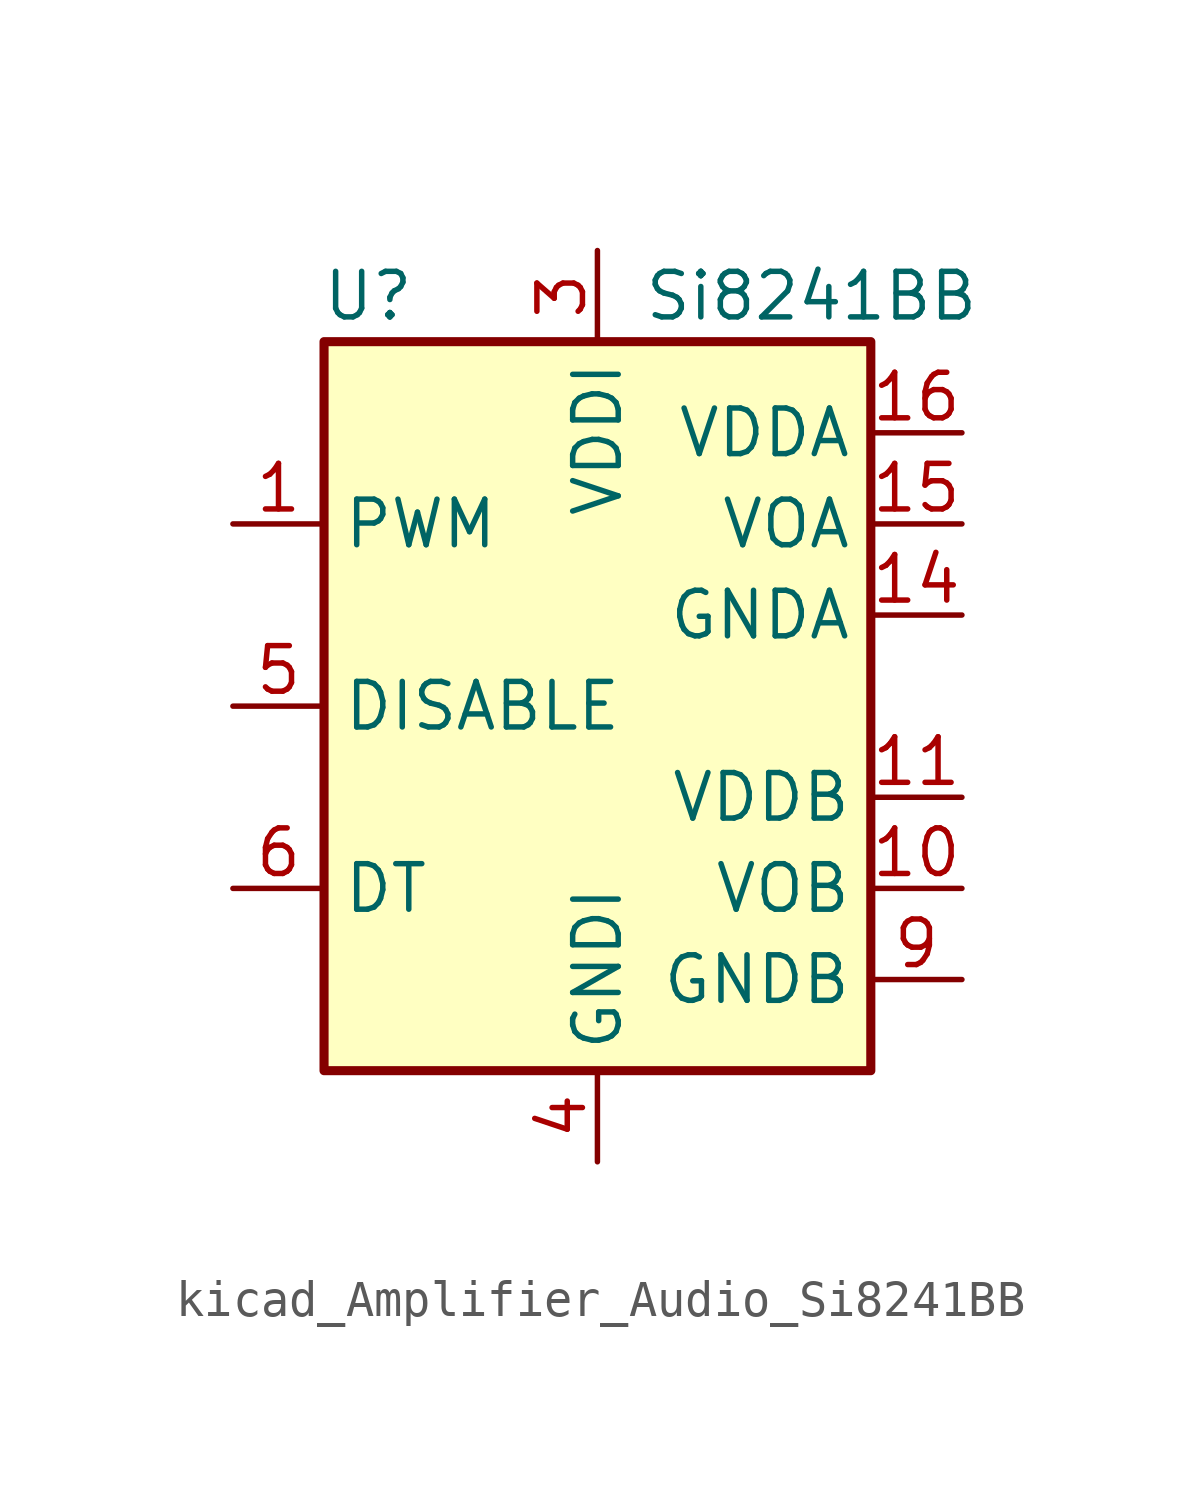
<source format=kicad_sym>
(kicad_symbol_lib
  (version 20220914)
  (generator kicad_symbol_editor)
  (symbol "kicad_Amplifier_Audio_Si8241BB"
    (property "Reference" "U"
      (at -5.08 11.43 0)
      (effects (font (size 1.27 1.27)) (justify right)))
    (property "Value" "Si8241BB"
      (at 1.27 11.43 0)
      (effects (font (size 1.27 1.27)) (justify left)))
    (symbol "kicad_Amplifier_Audio_Si8241BB_0_1"
      (rectangle (start -7.62 10.16) (end 7.62 -10.16) (stroke (width 0.254) (type default)) (fill (type background))))
    (symbol "kicad_Amplifier_Audio_Si8241BB_1_1"
      (pin input line (at -10.16 5.08 0) (length 2.54) (name "PWM" (effects (font (size 1.27 1.27)))) (number "1" (effects (font (size 1.27 1.27)))))
      (pin output line (at 10.16 -5.08 180) (length 2.54) (name "VOB" (effects (font (size 1.27 1.27)))) (number "10" (effects (font (size 1.27 1.27)))))
      (pin power_in line (at 10.16 -2.54 180) (length 2.54) (name "VDDB" (effects (font (size 1.27 1.27)))) (number "11" (effects (font (size 1.27 1.27)))))
      (pin no_connect line (at -7.62 -2.54 0) (length 2.54) hide (name "NC" (effects (font (size 1.27 1.27)))) (number "12" (effects (font (size 1.27 1.27)))))
      (pin no_connect line (at -7.62 -7.62 0) (length 2.54) hide (name "NC" (effects (font (size 1.27 1.27)))) (number "13" (effects (font (size 1.27 1.27)))))
      (pin power_in line (at 10.16 2.54 180) (length 2.54) (name "GNDA" (effects (font (size 1.27 1.27)))) (number "14" (effects (font (size 1.27 1.27)))))
      (pin output line (at 10.16 5.08 180) (length 2.54) (name "VOA" (effects (font (size 1.27 1.27)))) (number "15" (effects (font (size 1.27 1.27)))))
      (pin power_in line (at 10.16 7.62 180) (length 2.54) (name "VDDA" (effects (font (size 1.27 1.27)))) (number "16" (effects (font (size 1.27 1.27)))))
      (pin no_connect line (at -7.62 7.62 0) (length 2.54) hide (name "NC" (effects (font (size 1.27 1.27)))) (number "2" (effects (font (size 1.27 1.27)))))
      (pin power_in line (at 0 12.7 270) (length 2.54) (name "VDDI" (effects (font (size 1.27 1.27)))) (number "3" (effects (font (size 1.27 1.27)))))
      (pin power_in line (at 0 -12.7 90) (length 2.54) (name "GNDI" (effects (font (size 1.27 1.27)))) (number "4" (effects (font (size 1.27 1.27)))))
      (pin input line (at -10.16 0 0) (length 2.54) (name "DISABLE" (effects (font (size 1.27 1.27)))) (number "5" (effects (font (size 1.27 1.27)))))
      (pin passive line (at -10.16 -5.08 0) (length 2.54) (name "DT" (effects (font (size 1.27 1.27)))) (number "6" (effects (font (size 1.27 1.27)))))
      (pin no_connect line (at -7.62 2.54 0) (length 2.54) hide (name "NC" (effects (font (size 1.27 1.27)))) (number "7" (effects (font (size 1.27 1.27)))))
      (pin passive line (at 0 12.7 270) (length 2.54) hide (name "VDDI" (effects (font (size 1.27 1.27)))) (number "8" (effects (font (size 1.27 1.27)))))
      (pin power_in line (at 10.16 -7.62 180) (length 2.54) (name "GNDB" (effects (font (size 1.27 1.27)))) (number "9" (effects (font (size 1.27 1.27))))))))
</source>
